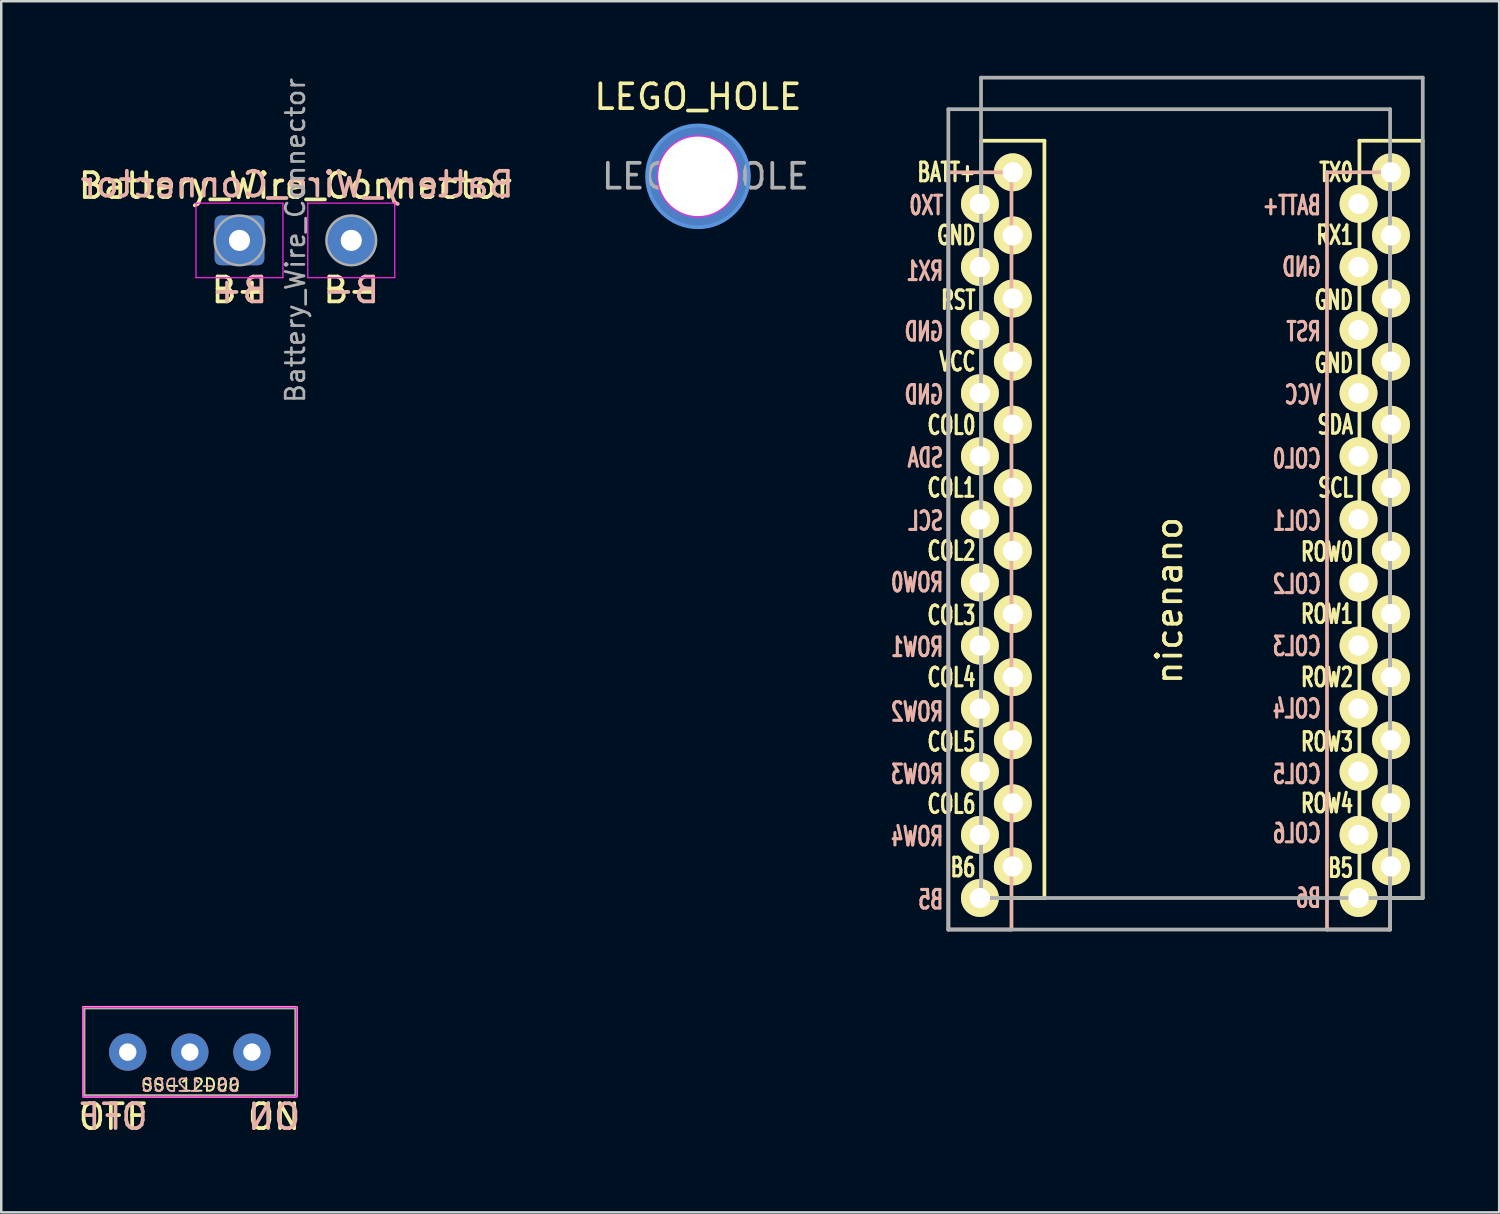
<source format=kicad_pcb>
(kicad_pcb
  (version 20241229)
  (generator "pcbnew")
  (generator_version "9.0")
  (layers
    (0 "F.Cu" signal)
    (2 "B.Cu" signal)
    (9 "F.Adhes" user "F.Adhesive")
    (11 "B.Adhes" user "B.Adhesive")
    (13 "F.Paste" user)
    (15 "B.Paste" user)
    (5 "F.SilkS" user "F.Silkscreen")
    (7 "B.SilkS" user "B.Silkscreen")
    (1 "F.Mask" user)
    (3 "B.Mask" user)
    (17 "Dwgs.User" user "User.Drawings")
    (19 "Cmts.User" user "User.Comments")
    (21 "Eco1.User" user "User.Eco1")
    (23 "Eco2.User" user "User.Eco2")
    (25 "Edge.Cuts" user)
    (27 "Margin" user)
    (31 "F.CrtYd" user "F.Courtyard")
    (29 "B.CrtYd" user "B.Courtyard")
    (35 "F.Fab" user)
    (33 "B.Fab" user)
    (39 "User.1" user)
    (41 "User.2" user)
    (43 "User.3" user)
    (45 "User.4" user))
  (footprint "LEGO_HOLE"
    (layer "F.Cu")
    (at 25.044 4.048)
    (property "Reference" "LEGO_HOLE" (at 0 -3.2 0) (layer "F.SilkS") (effects (font (size 1 1) (thickness 0.15))))
    (attr exclude_from_pos_files exclude_from_bom)
    (fp_circle (center 0 0) (end 2.05 0) (stroke (width 0.15) (type solid)) (fill no) (layer "Cmts.User"))
    (fp_circle (center 0 0) (end 1.63 0) (stroke (width 0.05) (type solid)) (fill no) (layer "F.CrtYd"))
    (fp_text user "${REFERENCE}" (at 0.3 0 0) (layer "F.Fab") (effects (font (size 1 1) (thickness 0.15))))
    (pad "" thru_hole circle (at 0 0) (size 4.1 4.1) (drill 3.2) (layers "*.Cu" "*.Mask")))
  (footprint "nicenano"
    (layer "F.Cu")
    (at 45.282 18.363)
    (property "Reference" "nicenano" (at -1.27 2.762 270) (layer "F.SilkS") (effects (font (size 1 1) (thickness 0.15))))
    (attr through_hole)
    (fp_line (start -8.834 -15.748) (end -6.294 -15.748) (stroke (width 0.15) (type solid)) (layer "F.SilkS"))
    (fp_line (start -8.834 14.732) (end -8.834 -15.748) (stroke (width 0.15) (type solid)) (layer "F.SilkS"))
    (fp_line (start -6.294 -15.748) (end -6.294 14.732) (stroke (width 0.15) (type solid)) (layer "F.SilkS"))
    (fp_line (start -6.294 14.732) (end -8.834 14.732) (stroke (width 0.15) (type solid)) (layer "F.SilkS"))
    (fp_line (start 6.386 -15.748) (end 8.926 -15.748) (stroke (width 0.15) (type solid)) (layer "F.SilkS"))
    (fp_line (start 6.386 14.732) (end 6.386 -15.748) (stroke (width 0.15) (type solid)) (layer "F.SilkS"))
    (fp_line (start 8.926 -15.748) (end 8.926 14.732) (stroke (width 0.15) (type solid)) (layer "F.SilkS"))
    (fp_line (start 8.926 14.732) (end 6.386 14.732) (stroke (width 0.15) (type solid)) (layer "F.SilkS"))
    (fp_line (start -10.16 -14.478) (end -7.62 -14.478) (stroke (width 0.15) (type solid)) (layer "B.SilkS"))
    (fp_line (start -10.16 16.002) (end -10.16 -14.478) (stroke (width 0.15) (type solid)) (layer "B.SilkS"))
    (fp_line (start -7.62 -14.478) (end -7.62 16.002) (stroke (width 0.15) (type solid)) (layer "B.SilkS"))
    (fp_line (start -7.62 16.002) (end -10.16 16.002) (stroke (width 0.15) (type solid)) (layer "B.SilkS"))
    (fp_line (start 5.08 -14.478) (end 7.62 -14.478) (stroke (width 0.15) (type solid)) (layer "B.SilkS"))
    (fp_line (start 5.08 16.002) (end 5.08 -14.478) (stroke (width 0.15) (type solid)) (layer "B.SilkS"))
    (fp_line (start 7.62 -14.478) (end 7.62 16.002) (stroke (width 0.15) (type solid)) (layer "B.SilkS"))
    (fp_line (start 7.62 16.002) (end 5.08 16.002) (stroke (width 0.15) (type solid)) (layer "B.SilkS"))
    (fp_line (start -10.16 -17.018) (end 7.62 -17.018) (stroke (width 0.15) (type solid)) (layer "F.Fab"))
    (fp_line (start -10.16 16.002) (end -10.16 -17.018) (stroke (width 0.15) (type solid)) (layer "F.Fab"))
    (fp_line (start -8.845 -18.288) (end 8.935 -18.288) (stroke (width 0.15) (type solid)) (layer "F.Fab"))
    (fp_line (start -8.845 14.732) (end -8.845 -18.288) (stroke (width 0.15) (type solid)) (layer "F.Fab"))
    (fp_line (start 7.62 -17.018) (end 7.62 16.002) (stroke (width 0.15) (type solid)) (layer "F.Fab"))
    (fp_line (start 7.62 16.002) (end -10.16 16.002) (stroke (width 0.15) (type solid)) (layer "F.Fab"))
    (fp_line (start 8.935 -18.288) (end 8.935 14.732) (stroke (width 0.15) (type solid)) (layer "F.Fab"))
    (fp_line (start 8.935 14.732) (end -8.845 14.732) (stroke (width 0.15) (type solid)) (layer "F.Fab"))
    (fp_text user "COL5" (at -9 8.445 0) (layer "F.SilkS") (effects (font (size 0.75 0.5) (thickness 0.125)) (justify right)))
    (fp_text user "GND" (at 6.2 -6.795 0) (layer "F.SilkS") (effects (font (size 0.75 0.5) (thickness 0.125)) (justify right)))
    (fp_text user "COL2" (at -9 0.762 0) (layer "F.SilkS") (effects (font (size 0.75 0.5) (thickness 0.125)) (justify right)))
    (fp_text user "SCL" (at 6.2 -1.778 0) (layer "F.SilkS") (effects (font (size 0.75 0.5) (thickness 0.125)) (justify right)))
    (fp_text user "COL1" (at -9 -1.778 0) (layer "F.SilkS") (effects (font (size 0.75 0.5) (thickness 0.125)) (justify right)))
    (fp_text user "ROW4" (at 6.2 10.922 0) (layer "F.SilkS") (effects (font (size 0.75 0.5) (thickness 0.125)) (justify right)))
    (fp_text user "ROW0" (at 6.2 0.8 0) (layer "F.SilkS") (effects (font (size 0.75 0.5) (thickness 0.125)) (justify right)))
    (fp_text user "GND" (at -9 -11.938 0) (layer "F.SilkS") (effects (font (size 0.75 0.5) (thickness 0.125)) (justify right)))
    (fp_text user "VCC" (at -9 -6.858 0) (layer "F.SilkS") (effects (font (size 0.75 0.5) (thickness 0.125)) (justify right)))
    (fp_text user "RX1" (at 6.2 -11.95 0) (layer "F.SilkS") (effects (font (size 0.75 0.5) (thickness 0.125)) (justify right)))
    (fp_text user "COL0" (at -9 -4.3 0) (layer "F.SilkS") (effects (font (size 0.75 0.5) (thickness 0.125)) (justify right)))
    (fp_text user "GND" (at 6.2 -9.335 0) (layer "F.SilkS") (effects (font (size 0.75 0.5) (thickness 0.125)) (justify right)))
    (fp_text user "TX0" (at 6.2 -14.478 0) (layer "F.SilkS") (effects (font (size 0.75 0.5) (thickness 0.125)) (justify right)))
    (fp_text user "RST" (at -9 -9.335 0) (layer "F.SilkS") (effects (font (size 0.75 0.5) (thickness 0.125)) (justify right)))
    (fp_text user "SDA" (at 6.2 -4.318 0) (layer "F.SilkS") (effects (font (size 0.75 0.5) (thickness 0.125)) (justify right)))
    (fp_text user "B5" (at 6.2 13.525 0) (layer "F.SilkS") (effects (font (size 0.75 0.5) (thickness 0.125)) (justify right)))
    (fp_text user "COL3" (at -9 3.35 0) (layer "F.SilkS") (effects (font (size 0.75 0.5) (thickness 0.125)) (justify right)))
    (fp_text user "COL4" (at -9 5.85 0) (layer "F.SilkS") (effects (font (size 0.75 0.5) (thickness 0.125)) (justify right)))
    (fp_text user "ROW3" (at 6.2 8.445 0) (layer "F.SilkS") (effects (font (size 0.75 0.5) (thickness 0.125)) (justify right)))
    (fp_text user "BATT+" (at -9 -14.478 0) (layer "F.SilkS") (effects (font (size 0.75 0.5) (thickness 0.125)) (justify right)))
    (fp_text user "ROW1" (at 6.2 3.302 0) (layer "F.SilkS") (effects (font (size 0.75 0.5) (thickness 0.125)) (justify right)))
    (fp_text user "ROW2" (at 6.2 5.85 0) (layer "F.SilkS") (effects (font (size 0.75 0.5) (thickness 0.125)) (justify right)))
    (fp_text user "COL6" (at -9 10.95 0) (layer "F.SilkS") (effects (font (size 0.75 0.5) (thickness 0.125)) (justify right)))
    (fp_text user "B6" (at -9 13.5 0) (layer "F.SilkS") (effects (font (size 0.75 0.5) (thickness 0.125)) (justify right)))
    (fp_text user "RST" (at 4.9 -8.065 0) (layer "B.SilkS") (effects (font (size 0.75 0.5) (thickness 0.125)) (justify left mirror)))
    (fp_text user "GND" (at -10.3 -5.524 0) (layer "B.SilkS") (effects (font (size 0.75 0.5) (thickness 0.125)) (justify left mirror)))
    (fp_text user "B5" (at -10.3 14.796 0) (layer "B.SilkS") (effects (font (size 0.75 0.5) (thickness 0.125)) (justify left mirror)))
    (fp_text user "ROW4" (at -10.3 12.255 0) (layer "B.SilkS") (effects (font (size 0.75 0.5) (thickness 0.125)) (justify left mirror)))
    (fp_text user "GND" (at -10.3 -8.065 0) (layer "B.SilkS") (effects (font (size 0.75 0.5) (thickness 0.125)) (justify left mirror)))
    (fp_text user "COL4" (at 4.9 7.112 0) (layer "B.SilkS") (effects (font (size 0.75 0.5) (thickness 0.125)) (justify left mirror)))
    (fp_text user "B6" (at 4.9 14.732 0) (layer "B.SilkS") (effects (font (size 0.75 0.5) (thickness 0.125)) (justify left mirror)))
    (fp_text user "ROW0" (at -10.3 2.032 0) (layer "B.SilkS") (effects (font (size 0.75 0.5) (thickness 0.125)) (justify left mirror)))
    (fp_text user "SDA" (at -10.3 -2.985 0) (layer "B.SilkS") (effects (font (size 0.75 0.5) (thickness 0.125)) (justify left mirror)))
    (fp_text user "COL0" (at 4.9 -2.95 0) (layer "B.SilkS") (effects (font (size 0.75 0.5) (thickness 0.125)) (justify left mirror)))
    (fp_text user "COL1" (at 4.9 -0.445 0) (layer "B.SilkS") (effects (font (size 0.75 0.5) (thickness 0.125)) (justify left mirror)))
    (fp_text user "RX1" (at -10.3 -10.5 0) (layer "B.SilkS") (effects (font (size 0.75 0.5) (thickness 0.125)) (justify left mirror)))
    (fp_text user "ROW3" (at -10.3 9.75 0) (layer "B.SilkS") (effects (font (size 0.75 0.5) (thickness 0.125)) (justify left mirror)))
    (fp_text user "VCC" (at 4.9 -5.524 0) (layer "B.SilkS") (effects (font (size 0.75 0.5) (thickness 0.125)) (justify left mirror)))
    (fp_text user "COL2" (at 4.9 2.1 0) (layer "B.SilkS") (effects (font (size 0.75 0.5) (thickness 0.125)) (justify left mirror)))
    (fp_text user "GND" (at 4.9 -10.668 0) (layer "B.SilkS") (effects (font (size 0.75 0.5) (thickness 0.125)) (justify left mirror)))
    (fp_text user "BATT+" (at 4.9 -13.145 0) (layer "B.SilkS") (effects (font (size 0.75 0.5) (thickness 0.125)) (justify left mirror)))
    (fp_text user "COL6" (at 4.9 12.129 0) (layer "B.SilkS") (effects (font (size 0.75 0.5) (thickness 0.125)) (justify left mirror)))
    (fp_text user "COL3" (at 4.9 4.6 0) (layer "B.SilkS") (effects (font (size 0.75 0.5) (thickness 0.125)) (justify left mirror)))
    (fp_text user "ROW2" (at -10.3 7.239 0) (layer "B.SilkS") (effects (font (size 0.75 0.5) (thickness 0.125)) (justify left mirror)))
    (fp_text user "TX0" (at -10.3 -13.145 0) (layer "B.SilkS") (effects (font (size 0.75 0.5) (thickness 0.125)) (justify left mirror)))
    (fp_text user "ROW1" (at -10.3 4.636 0) (layer "B.SilkS") (effects (font (size 0.75 0.5) (thickness 0.125)) (justify left mirror)))
    (fp_text user "SCL" (at -10.3 -0.445 0) (layer "B.SilkS") (effects (font (size 0.75 0.5) (thickness 0.125)) (justify left mirror)))
    (fp_text user "COL5" (at 4.9 9.75 0) (layer "B.SilkS") (effects (font (size 0.75 0.5) (thickness 0.125)) (justify left mirror)))
    (pad "1" thru_hole circle (at -8.89 -13.208) (size 1.524 1.524) (drill 0.813) (layers "*.Cu" "*.Mask" "F.SilkS"))
    (pad "1" thru_hole circle (at 7.656 -14.478) (size 1.524 1.524) (drill 0.813) (layers "*.Cu" "*.Mask" "F.SilkS"))
    (pad "2" thru_hole circle (at -8.89 -10.668) (size 1.524 1.524) (drill 0.813) (layers "*.Cu" "*.Mask" "F.SilkS"))
    (pad "2" thru_hole circle (at 7.656 -11.938) (size 1.524 1.524) (drill 0.813) (layers "*.Cu" "*.Mask" "F.SilkS"))
    (pad "3" thru_hole circle (at -8.89 -8.128) (size 1.524 1.524) (drill 0.813) (layers "*.Cu" "*.Mask" "F.SilkS"))
    (pad "3" thru_hole circle (at 7.656 -9.398) (size 1.524 1.524) (drill 0.813) (layers "*.Cu" "*.Mask" "F.SilkS"))
    (pad "4" thru_hole circle (at -8.89 -5.588) (size 1.524 1.524) (drill 0.813) (layers "*.Cu" "*.Mask" "F.SilkS"))
    (pad "4" thru_hole circle (at 7.656 -6.858) (size 1.524 1.524) (drill 0.813) (layers "*.Cu" "*.Mask" "F.SilkS"))
    (pad "5" thru_hole circle (at -8.89 -3.048) (size 1.524 1.524) (drill 0.813) (layers "*.Cu" "*.Mask" "F.SilkS"))
    (pad "5" thru_hole circle (at 7.656 -4.318) (size 1.524 1.524) (drill 0.813) (layers "*.Cu" "*.Mask" "F.SilkS"))
    (pad "6" thru_hole circle (at -8.89 -0.508) (size 1.524 1.524) (drill 0.813) (layers "*.Cu" "*.Mask" "F.SilkS"))
    (pad "6" thru_hole circle (at 7.656 -1.778) (size 1.524 1.524) (drill 0.813) (layers "*.Cu" "*.Mask" "F.SilkS"))
    (pad "7" thru_hole circle (at -8.89 2.032) (size 1.524 1.524) (drill 0.813) (layers "*.Cu" "*.Mask" "F.SilkS"))
    (pad "7" thru_hole circle (at 7.656 0.762) (size 1.524 1.524) (drill 0.813) (layers "*.Cu" "*.Mask" "F.SilkS"))
    (pad "8" thru_hole circle (at -8.89 4.572) (size 1.524 1.524) (drill 0.813) (layers "*.Cu" "*.Mask" "F.SilkS"))
    (pad "8" thru_hole circle (at 7.656 3.302) (size 1.524 1.524) (drill 0.813) (layers "*.Cu" "*.Mask" "F.SilkS"))
    (pad "9" thru_hole circle (at -8.89 7.112) (size 1.524 1.524) (drill 0.813) (layers "*.Cu" "*.Mask" "F.SilkS"))
    (pad "9" thru_hole circle (at 7.656 5.842) (size 1.524 1.524) (drill 0.813) (layers "*.Cu" "*.Mask" "F.SilkS"))
    (pad "10" thru_hole circle (at -8.89 9.652) (size 1.524 1.524) (drill 0.813) (layers "*.Cu" "*.Mask" "F.SilkS"))
    (pad "10" thru_hole circle (at 7.656 8.382) (size 1.524 1.524) (drill 0.813) (layers "*.Cu" "*.Mask" "F.SilkS"))
    (pad "11" thru_hole circle (at -8.89 12.192) (size 1.524 1.524) (drill 0.813) (layers "*.Cu" "*.Mask" "F.SilkS"))
    (pad "11" thru_hole circle (at 7.656 10.922) (size 1.524 1.524) (drill 0.813) (layers "*.Cu" "*.Mask" "F.SilkS"))
    (pad "12" thru_hole circle (at -8.89 14.732) (size 1.524 1.524) (drill 0.813) (layers "*.Cu" "*.Mask" "F.SilkS"))
    (pad "12" thru_hole circle (at 7.656 13.462) (size 1.524 1.524) (drill 0.813) (layers "*.Cu" "*.Mask" "F.SilkS"))
    (pad "13" thru_hole circle (at -7.564 13.462) (size 1.524 1.524) (drill 0.813) (layers "*.Cu" "*.Mask" "F.SilkS"))
    (pad "13" thru_hole circle (at 6.35 14.732) (size 1.524 1.524) (drill 0.813) (layers "*.Cu" "*.Mask" "F.SilkS"))
    (pad "14" thru_hole circle (at -7.564 10.922) (size 1.524 1.524) (drill 0.813) (layers "*.Cu" "*.Mask" "F.SilkS"))
    (pad "14" thru_hole circle (at 6.35 12.192) (size 1.524 1.524) (drill 0.813) (layers "*.Cu" "*.Mask" "F.SilkS"))
    (pad "15" thru_hole circle (at -7.564 8.382) (size 1.524 1.524) (drill 0.813) (layers "*.Cu" "*.Mask" "F.SilkS"))
    (pad "15" thru_hole circle (at 6.35 9.652) (size 1.524 1.524) (drill 0.813) (layers "*.Cu" "*.Mask" "F.SilkS"))
    (pad "16" thru_hole circle (at -7.564 5.842) (size 1.524 1.524) (drill 0.813) (layers "*.Cu" "*.Mask" "F.SilkS"))
    (pad "16" thru_hole circle (at 6.35 7.112) (size 1.524 1.524) (drill 0.813) (layers "*.Cu" "*.Mask" "F.SilkS"))
    (pad "17" thru_hole circle (at -7.564 3.302) (size 1.524 1.524) (drill 0.813) (layers "*.Cu" "*.Mask" "F.SilkS"))
    (pad "17" thru_hole circle (at 6.35 4.572) (size 1.524 1.524) (drill 0.813) (layers "*.Cu" "*.Mask" "F.SilkS"))
    (pad "18" thru_hole circle (at -7.564 0.762) (size 1.524 1.524) (drill 0.813) (layers "*.Cu" "*.Mask" "F.SilkS"))
    (pad "18" thru_hole circle (at 6.35 2.032) (size 1.524 1.524) (drill 0.813) (layers "*.Cu" "*.Mask" "F.SilkS"))
    (pad "19" thru_hole circle (at -7.564 -1.778) (size 1.524 1.524) (drill 0.813) (layers "*.Cu" "*.Mask" "F.SilkS"))
    (pad "19" thru_hole circle (at 6.35 -0.508) (size 1.524 1.524) (drill 0.813) (layers "*.Cu" "*.Mask" "F.SilkS"))
    (pad "20" thru_hole circle (at -7.564 -4.318) (size 1.524 1.524) (drill 0.813) (layers "*.Cu" "*.Mask" "F.SilkS"))
    (pad "20" thru_hole circle (at 6.35 -3.048) (size 1.524 1.524) (drill 0.813) (layers "*.Cu" "*.Mask" "F.SilkS"))
    (pad "21" thru_hole circle (at -7.564 -6.858) (size 1.524 1.524) (drill 0.813) (layers "*.Cu" "*.Mask" "F.SilkS"))
    (pad "21" thru_hole circle (at 6.35 -5.588) (size 1.524 1.524) (drill 0.813) (layers "*.Cu" "*.Mask" "F.SilkS"))
    (pad "22" thru_hole circle (at -7.564 -9.398) (size 1.524 1.524) (drill 0.813) (layers "*.Cu" "*.Mask" "F.SilkS"))
    (pad "22" thru_hole circle (at 6.35 -8.128) (size 1.524 1.524) (drill 0.813) (layers "*.Cu" "*.Mask" "F.SilkS"))
    (pad "23" thru_hole circle (at -7.564 -11.938) (size 1.524 1.524) (drill 0.813) (layers "*.Cu" "*.Mask" "F.SilkS"))
    (pad "23" thru_hole circle (at 6.35 -10.668) (size 1.524 1.524) (drill 0.813) (layers "*.Cu" "*.Mask" "F.SilkS"))
    (pad "24" thru_hole circle (at -7.564 -14.478) (size 1.524 1.524) (drill 0.813) (layers "*.Cu" "*.Mask" "F.SilkS"))
    (pad "24" thru_hole circle (at 6.35 -13.208) (size 1.524 1.524) (drill 0.813) (layers "*.Cu" "*.Mask" "F.SilkS")))
  (footprint "Battery_Wire_Connector"
    (layer "F.Cu")
    (at 6.589 6.626)
    (property "Reference" "Battery_Wire_Connector" (at 2.25 -2.2 0) (layer "F.SilkS") (effects (font (size 1 1) (thickness 0.15))))
    (attr exclude_from_pos_files exclude_from_bom)
    (fp_line (start -1.75 -1.5) (end -1.75 1.5) (stroke (width 0.05) (type solid)) (layer "F.CrtYd"))
    (fp_line (start -1.75 1.5) (end 1.75 1.5) (stroke (width 0.05) (type solid)) (layer "F.CrtYd"))
    (fp_line (start 1.75 -1.5) (end -1.75 -1.5) (stroke (width 0.05) (type solid)) (layer "F.CrtYd"))
    (fp_line (start 1.75 1.5) (end 1.75 -1.5) (stroke (width 0.05) (type solid)) (layer "F.CrtYd"))
    (fp_line (start 2.75 -1.5) (end 2.75 1.5) (stroke (width 0.05) (type solid)) (layer "F.CrtYd"))
    (fp_line (start 2.75 1.5) (end 6.25 1.5) (stroke (width 0.05) (type solid)) (layer "F.CrtYd"))
    (fp_line (start 6.25 -1.5) (end 2.75 -1.5) (stroke (width 0.05) (type solid)) (layer "F.CrtYd"))
    (fp_line (start 6.25 1.5) (end 6.25 -1.5) (stroke (width 0.05) (type solid)) (layer "F.CrtYd"))
    (fp_circle (center 0 0) (end 1 0) (stroke (width 0.1) (type solid)) (fill no) (layer "F.Fab"))
    (fp_circle (center 4.5 0) (end 5.5 0) (stroke (width 0.1) (type solid)) (fill no) (layer "F.Fab"))
    (fp_text user "B-" (at 4.5 2 0) (layer "F.SilkS") (effects (font (size 1 1) (thickness 0.15))))
    (fp_text user "B+" (at 0 2 0) (layer "F.SilkS") (effects (font (size 1 1) (thickness 0.15))))
    (fp_text user "${REFERENCE}" (at 2.324 -2.257 0) (layer "B.SilkS") (effects (font (size 1 1) (thickness 0.15)) (justify mirror)))
    (fp_text user "B-" (at 4.5 2 0) (layer "B.SilkS") (effects (font (size 1 1) (thickness 0.15)) (justify mirror)))
    (fp_text user "B+" (at 0 2 0) (layer "B.SilkS") (effects (font (size 1 1) (thickness 0.15)) (justify mirror)))
    (fp_text user "${REFERENCE}" (at 2.25 0 90) (layer "F.Fab") (effects (font (size 0.75 0.75) (thickness 0.11))))
    (pad "1" thru_hole roundrect (at 0 0) (size 2 2) (drill 0.85) (layers "*.Cu" "*.Mask") (roundrect_rratio 0.125))
    (pad "2" thru_hole circle (at 4.5 0) (size 2 2) (drill 0.85) (layers "*.Cu" "*.Mask")))
  (footprint "SS-12D00"
    (layer "F.Cu")
    (at 2.091 39.298)
    (property "Reference" "SS-12D00" (at 2.534 1.325 0) (layer "F.SilkS") (effects (font (size 0.5 0.5) (thickness 0.075))))
    (attr through_hole)
    (fp_line (start -1.772 -1.789) (end 6.778 -1.789) (stroke (width 0.12) (type solid)) (layer "F.SilkS"))
    (fp_line (start -1.772 1.765) (end -1.772 -1.789) (stroke (width 0.12) (type solid)) (layer "F.SilkS"))
    (fp_line (start 6.773 1.774) (end -1.772 1.774) (stroke (width 0.12) (type solid)) (layer "F.SilkS"))
    (fp_line (start 6.782 -1.781) (end 6.782 1.774) (stroke (width 0.12) (type solid)) (layer "F.SilkS"))
    (fp_line (start -1.772 -1.789) (end -1.772 1.765) (stroke (width 0.12) (type solid)) (layer "B.SilkS"))
    (fp_line (start -1.772 1.765) (end 6.778 1.765) (stroke (width 0.12) (type solid)) (layer "B.SilkS"))
    (fp_line (start 6.773 -1.798) (end -1.772 -1.798) (stroke (width 0.12) (type solid)) (layer "B.SilkS"))
    (fp_line (start 6.782 1.757) (end 6.782 -1.798) (stroke (width 0.12) (type solid)) (layer "B.SilkS"))
    (fp_line (start -1.8 -1.8) (end 6.8 -1.8) (stroke (width 0.05) (type solid)) (layer "F.CrtYd"))
    (fp_line (start -1.8 1.8) (end -1.8 -1.8) (stroke (width 0.05) (type solid)) (layer "F.CrtYd"))
    (fp_line (start 6.8 -1.8) (end 6.8 1.8) (stroke (width 0.05) (type solid)) (layer "F.CrtYd"))
    (fp_line (start 6.8 1.8) (end -1.8 1.8) (stroke (width 0.05) (type solid)) (layer "F.CrtYd"))
    (fp_line (start -1.75 -1.75) (end 6.75 -1.75) (stroke (width 0.05) (type solid)) (layer "F.Fab"))
    (fp_line (start -1.75 1.75) (end -1.75 -1.75) (stroke (width 0.05) (type solid)) (layer "F.Fab"))
    (fp_line (start 6.75 -1.75) (end 6.75 1.75) (stroke (width 0.05) (type solid)) (layer "F.Fab"))
    (fp_line (start 6.75 1.75) (end -1.75 1.75) (stroke (width 0.05) (type solid)) (layer "F.Fab"))
    (fp_text user "OFF" (at -0.585 2.603 0) (layer "F.SilkS") (effects (font (size 1 1) (thickness 0.15))))
    (fp_text user "ON" (at 5.891 2.603 0) (layer "F.SilkS") (effects (font (size 1 1) (thickness 0.15))))
    (fp_text user "OFF" (at -0.585 2.603 0) (layer "B.SilkS") (effects (font (size 1 1) (thickness 0.15)) (justify mirror)))
    (fp_text user "ON" (at 5.891 2.603 0) (layer "B.SilkS") (effects (font (size 1 1) (thickness 0.15)) (justify mirror)))
    (fp_text user "${REFERENCE}" (at 2.524 1.335 0) (layer "B.SilkS") (effects (font (size 0.5 0.5) (thickness 0.075)) (justify mirror)))
    (pad "1" thru_hole circle (at 0 0) (size 1.5 1.5) (drill 0.7) (layers "*.Cu" "*.Mask"))
    (pad "2" thru_hole circle (at 2.5 0) (size 1.5 1.5) (drill 0.7) (layers "*.Cu" "*.Mask"))
    (pad "3" thru_hole circle (at 5 0) (size 1.5 1.5) (drill 0.7) (layers "*.Cu" "*.Mask")))
  (gr_rect
    (start -3 -3)
    (end 57.292 45.749)
    (stroke (width 0.1) (type default))
    (fill no)
    (layer "Edge.Cuts")))
</source>
